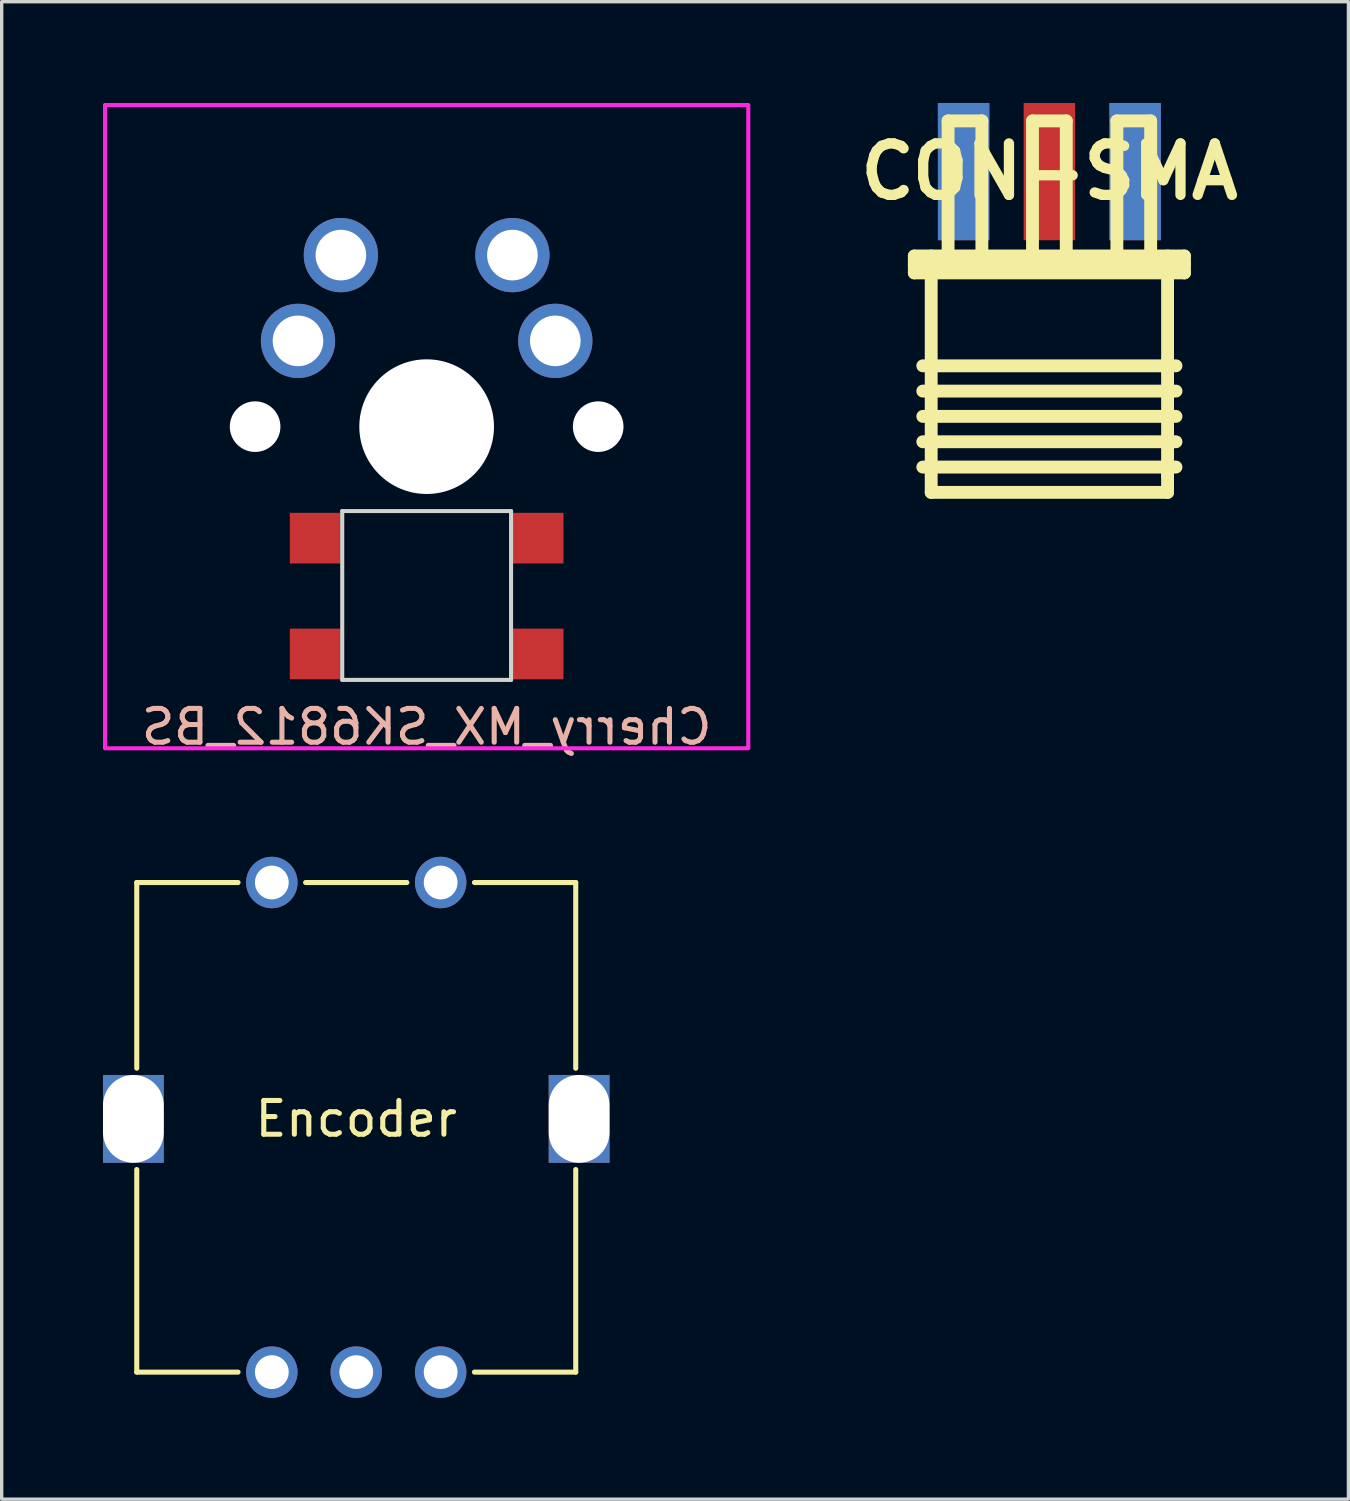
<source format=kicad_pcb>
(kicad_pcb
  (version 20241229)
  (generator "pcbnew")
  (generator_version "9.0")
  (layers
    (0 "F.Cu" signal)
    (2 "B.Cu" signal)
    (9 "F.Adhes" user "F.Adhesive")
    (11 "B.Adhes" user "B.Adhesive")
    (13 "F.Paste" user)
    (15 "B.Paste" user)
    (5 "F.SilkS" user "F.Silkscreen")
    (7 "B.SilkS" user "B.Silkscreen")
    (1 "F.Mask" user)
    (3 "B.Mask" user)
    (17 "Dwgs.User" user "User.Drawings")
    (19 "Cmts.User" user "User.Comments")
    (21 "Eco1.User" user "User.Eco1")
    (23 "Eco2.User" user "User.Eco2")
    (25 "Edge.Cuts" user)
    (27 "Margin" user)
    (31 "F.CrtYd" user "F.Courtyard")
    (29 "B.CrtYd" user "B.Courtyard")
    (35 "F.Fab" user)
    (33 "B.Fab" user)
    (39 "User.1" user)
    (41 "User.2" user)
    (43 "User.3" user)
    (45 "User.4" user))
  (footprint "Cherry_MX_SK6812_BS"
    (layer "F.Cu")
    (at 9.585 9.585)
    (property "Reference" "Cherry_MX_SK6812_BS" (at 0 8.89 180) (layer "B.SilkS") (effects (font (size 1 1) (thickness 0.15)) (justify mirror)))
    (attr through_hole)
    (fp_line (start -2.5 2.5) (end 2.5 2.5) (stroke (width 0.12) (type solid)) (layer "Edge.Cuts"))
    (fp_line (start -2.5 7.5) (end -2.5 2.5) (stroke (width 0.12) (type solid)) (layer "Edge.Cuts"))
    (fp_line (start 2.5 2.5) (end 2.5 7.5) (stroke (width 0.12) (type solid)) (layer "Edge.Cuts"))
    (fp_line (start 2.5 7.5) (end -2.5 7.5) (stroke (width 0.12) (type solid)) (layer "Edge.Cuts"))
    (fp_rect (start -9.525 -9.525) (end 9.525 9.525) (stroke (width 0.12) (type solid)) (fill no) (layer "F.CrtYd"))
    (pad "" np_thru_hole circle (at -5.08 0) (size 1.499 1.499) (drill 1.499) (layers "*.Cu" "*.Mask"))
    (pad "" np_thru_hole circle (at 0 0) (size 3.988 3.988) (drill 3.988) (layers "*.Cu" "*.Mask"))
    (pad "" np_thru_hole circle (at 5.08 0) (size 1.499 1.499) (drill 1.499) (layers "*.Cu" "*.Mask"))
    (pad "1" thru_hole circle (at -3.81 -2.54) (size 2.2 2.2) (drill 1.499) (layers "*.Cu" "*.Mask"))
    (pad "1" thru_hole circle (at 3.81 -2.54) (size 2.2 2.2) (drill 1.499) (layers "*.Cu" "*.Mask"))
    (pad "2" thru_hole circle (at -2.54 -5.08) (size 2.2 2.2) (drill 1.499) (layers "*.Cu" "*.Mask"))
    (pad "2" thru_hole circle (at 2.54 -5.08) (size 2.2 2.2) (drill 1.499) (layers "*.Cu" "*.Mask"))
    (pad "3" smd rect (at 3.302 3.302) (size 1.5 1.5) (layers "F.Cu" "F.Mask" "F.Paste"))
    (pad "4" smd rect (at 3.302 6.731) (size 1.5 1.5) (layers "F.Cu" "F.Mask" "F.Paste"))
    (pad "5" smd rect (at -3.302 3.302) (size 1.5 1.5) (layers "F.Cu" "F.Mask" "F.Paste"))
    (pad "6" smd rect (at -3.302 6.731) (size 1.5 1.5) (layers "F.Cu" "F.Mask" "F.Paste")))
  (footprint "Encoder"
    (layer "F.Cu")
    (at 7.5 37.585)
    (property "Reference" "Encoder" (at 0 -7.5 0) (layer "F.SilkS") (effects (font (size 1 1) (thickness 0.15))))
    (attr through_hole)
    (fp_line (start -6.5 -14.5) (end -6.5 -9) (stroke (width 0.15) (type solid)) (layer "F.SilkS"))
    (fp_line (start -6.5 -6) (end -6.5 0) (stroke (width 0.15) (type solid)) (layer "F.SilkS"))
    (fp_line (start -3.5 -14.5) (end -6.5 -14.5) (stroke (width 0.15) (type solid)) (layer "F.SilkS"))
    (fp_line (start -3.5 0) (end -6.5 0) (stroke (width 0.15) (type solid)) (layer "F.SilkS"))
    (fp_line (start -1.5 -14.5) (end 1.5 -14.5) (stroke (width 0.15) (type solid)) (layer "F.SilkS"))
    (fp_line (start 3.5 -14.5) (end 6.5 -14.5) (stroke (width 0.15) (type solid)) (layer "F.SilkS"))
    (fp_line (start 3.5 0) (end 6.5 0) (stroke (width 0.15) (type solid)) (layer "F.SilkS"))
    (fp_line (start 6.5 -9) (end 6.5 -14.5) (stroke (width 0.15) (type solid)) (layer "F.SilkS"))
    (fp_line (start 6.5 0) (end 6.5 -6) (stroke (width 0.15) (type solid)) (layer "F.SilkS"))
    (pad "" np_thru_hole rect (at -6.6 -7.5 90) (size 2.6 1.8) (drill oval 2.6 1.8) (layers "*.Cu" "*.Mask"))
    (pad "" np_thru_hole rect (at 6.6 -7.5 90) (size 2.6 1.8) (drill oval 2.6 1.8) (layers "*.Cu" "*.Mask"))
    (pad "1" thru_hole circle (at -2.5 0) (size 1.524 1.524) (drill 1) (layers "*.Cu" "*.Mask"))
    (pad "2" thru_hole circle (at 0 0) (size 1.524 1.524) (drill 1) (layers "*.Cu" "*.Mask"))
    (pad "3" thru_hole circle (at 2.5 0) (size 1.524 1.524) (drill 1) (layers "*.Cu" "*.Mask"))
    (pad "4" thru_hole circle (at -2.5 -14.5) (size 1.524 1.524) (drill 1) (layers "*.Cu" "*.Mask"))
    (pad "5" thru_hole circle (at 2.5 -14.5) (size 1.524 1.524) (drill 1) (layers "*.Cu" "*.Mask")))
  (footprint "CON-SMA"
    (layer "F.Cu")
    (at 28.027 2.032)
    (property "Reference" "CON-SMA" (at 0 0 0) (layer "F.SilkS") (effects (font (size 1.524 1.524) (thickness 0.305))))
    (attr through_hole)
    (fp_line (start -4 2.499) (end 4 2.499) (stroke (width 0.381) (type solid)) (layer "F.SilkS"))
    (fp_line (start -4 3) (end -4 2.499) (stroke (width 0.381) (type solid)) (layer "F.SilkS"))
    (fp_line (start -4 3) (end 4 3) (stroke (width 0.381) (type solid)) (layer "F.SilkS"))
    (fp_line (start -3.749 5.751) (end 3.749 5.751) (stroke (width 0.381) (type solid)) (layer "F.SilkS"))
    (fp_line (start -3.749 8.001) (end 3.749 8.001) (stroke (width 0.381) (type solid)) (layer "F.SilkS"))
    (fp_line (start -3.5 9.5) (end -3.5 2.499) (stroke (width 0.381) (type solid)) (layer "F.SilkS"))
    (fp_line (start -3.5 9.5) (end 3.5 9.5) (stroke (width 0.381) (type solid)) (layer "F.SilkS"))
    (fp_line (start -3 -1.501) (end -1.999 -1.501) (stroke (width 0.381) (type solid)) (layer "F.SilkS"))
    (fp_line (start -3 2.499) (end -3 -1.501) (stroke (width 0.381) (type solid)) (layer "F.SilkS"))
    (fp_line (start -1.999 -1.501) (end -1.999 2.499) (stroke (width 0.381) (type solid)) (layer "F.SilkS"))
    (fp_line (start -0.5 -1.501) (end 0.5 -1.501) (stroke (width 0.381) (type solid)) (layer "F.SilkS"))
    (fp_line (start -0.5 2.499) (end -0.5 -1.501) (stroke (width 0.381) (type solid)) (layer "F.SilkS"))
    (fp_line (start 0.5 -1.501) (end 0.5 2.499) (stroke (width 0.381) (type solid)) (layer "F.SilkS"))
    (fp_line (start 1.999 -1.501) (end 3 -1.501) (stroke (width 0.381) (type solid)) (layer "F.SilkS"))
    (fp_line (start 1.999 2.499) (end 1.999 -1.501) (stroke (width 0.381) (type solid)) (layer "F.SilkS"))
    (fp_line (start 3 -1.501) (end 3 2.499) (stroke (width 0.381) (type solid)) (layer "F.SilkS"))
    (fp_line (start 3.5 2.499) (end 3.5 8.999) (stroke (width 0.381) (type solid)) (layer "F.SilkS"))
    (fp_line (start 3.5 9.5) (end 3.5 8.999) (stroke (width 0.381) (type solid)) (layer "F.SilkS"))
    (fp_line (start 3.749 6.5) (end -3.749 6.5) (stroke (width 0.381) (type solid)) (layer "F.SilkS"))
    (fp_line (start 3.749 7.249) (end -3.749 7.249) (stroke (width 0.381) (type solid)) (layer "F.SilkS"))
    (fp_line (start 3.749 8.75) (end -3.749 8.75) (stroke (width 0.381) (type solid)) (layer "F.SilkS"))
    (fp_line (start 4 2.751) (end -4 2.751) (stroke (width 0.381) (type solid)) (layer "F.SilkS"))
    (fp_line (start 4 3) (end 4 2.499) (stroke (width 0.381) (type solid)) (layer "F.SilkS"))
    (pad "1" smd rect (at 0 0) (size 1.524 4.064) (layers "F.Cu" "F.Mask" "F.Paste"))
    (pad "2" smd rect (at -2.54 0) (size 1.524 4.064) (layers "F.Cu" "F.Mask" "F.Paste"))
    (pad "3" smd rect (at -2.54 0) (size 1.524 4.064) (layers "B.Cu" "B.Mask" "B.Paste"))
    (pad "4" smd rect (at 2.54 0) (size 1.524 4.064) (layers "F.Cu" "F.Mask" "F.Paste"))
    (pad "5" smd rect (at 2.54 0) (size 1.524 4.064) (layers "B.Cu" "B.Mask" "B.Paste")))
  (gr_rect
    (start -3 -3)
    (end 36.883 41.347)
    (stroke (width 0.1) (type default))
    (fill no)
    (layer "Edge.Cuts")))
</source>
